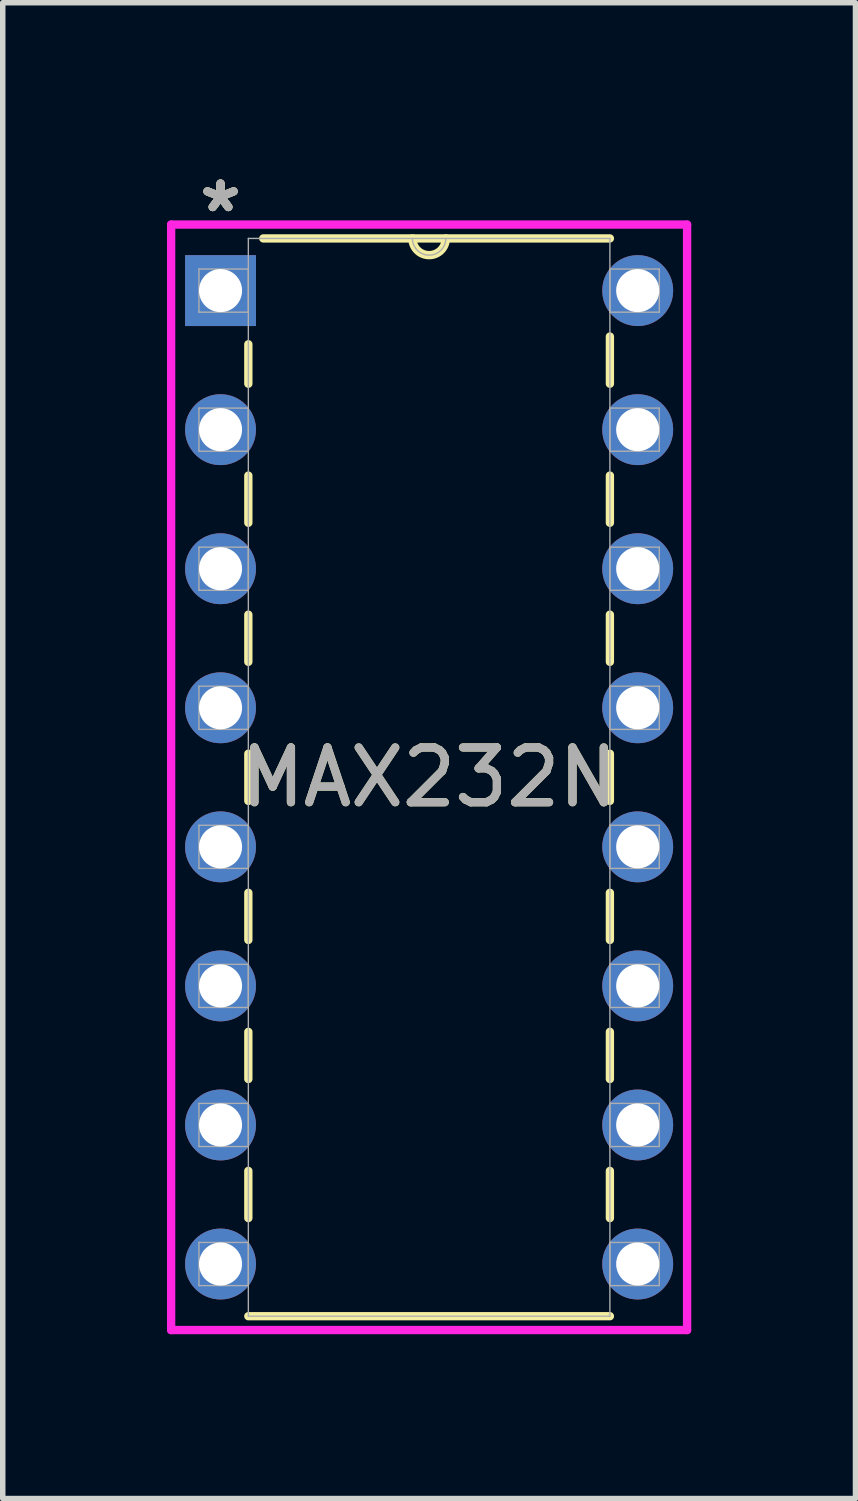
<source format=kicad_pcb>
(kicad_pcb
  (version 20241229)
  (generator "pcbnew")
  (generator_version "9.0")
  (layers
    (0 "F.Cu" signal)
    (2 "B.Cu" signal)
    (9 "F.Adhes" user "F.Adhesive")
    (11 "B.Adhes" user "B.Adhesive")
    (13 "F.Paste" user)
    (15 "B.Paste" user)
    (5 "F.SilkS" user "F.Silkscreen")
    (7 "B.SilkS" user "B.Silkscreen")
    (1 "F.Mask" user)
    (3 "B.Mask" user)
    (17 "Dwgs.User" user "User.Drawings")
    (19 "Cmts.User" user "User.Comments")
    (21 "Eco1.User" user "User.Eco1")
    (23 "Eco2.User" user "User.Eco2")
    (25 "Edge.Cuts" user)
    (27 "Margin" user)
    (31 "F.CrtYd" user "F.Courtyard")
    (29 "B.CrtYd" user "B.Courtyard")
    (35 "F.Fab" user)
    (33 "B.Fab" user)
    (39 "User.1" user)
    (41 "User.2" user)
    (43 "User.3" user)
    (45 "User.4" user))
  (footprint "MAX232N"
    (layer "F.Cu")
    (at 8.598 20.038)
    (property "Reference" "MAX232N" (at -3.81 -8.89 0) (unlocked yes) (layer "F.SilkS") (effects (font (size 1 1) (thickness 0.15))))
    (attr through_hole)
    (fp_line (start -7.112 -16.8) (end -7.112 -16.079) (stroke (width 0.152) (type solid)) (layer "F.SilkS"))
    (fp_line (start -7.112 -14.401) (end -7.112 -13.539) (stroke (width 0.152) (type solid)) (layer "F.SilkS"))
    (fp_line (start -7.112 -11.861) (end -7.112 -10.999) (stroke (width 0.152) (type solid)) (layer "F.SilkS"))
    (fp_line (start -7.112 -9.321) (end -7.112 -8.459) (stroke (width 0.152) (type solid)) (layer "F.SilkS"))
    (fp_line (start -7.112 -6.781) (end -7.112 -5.919) (stroke (width 0.152) (type solid)) (layer "F.SilkS"))
    (fp_line (start -7.112 -4.241) (end -7.112 -3.379) (stroke (width 0.152) (type solid)) (layer "F.SilkS"))
    (fp_line (start -7.112 -1.701) (end -7.112 -0.839) (stroke (width 0.152) (type solid)) (layer "F.SilkS"))
    (fp_line (start -7.112 0.953) (end -0.508 0.953) (stroke (width 0.152) (type solid)) (layer "F.SilkS"))
    (fp_line (start -0.508 -18.733) (end -6.839 -18.733) (stroke (width 0.152) (type solid)) (layer "F.SilkS"))
    (fp_line (start -0.508 -16.079) (end -0.508 -16.941) (stroke (width 0.152) (type solid)) (layer "F.SilkS"))
    (fp_line (start -0.508 -13.539) (end -0.508 -14.401) (stroke (width 0.152) (type solid)) (layer "F.SilkS"))
    (fp_line (start -0.508 -10.999) (end -0.508 -11.861) (stroke (width 0.152) (type solid)) (layer "F.SilkS"))
    (fp_line (start -0.508 -8.459) (end -0.508 -9.321) (stroke (width 0.152) (type solid)) (layer "F.SilkS"))
    (fp_line (start -0.508 -5.919) (end -0.508 -6.781) (stroke (width 0.152) (type solid)) (layer "F.SilkS"))
    (fp_line (start -0.508 -3.379) (end -0.508 -4.241) (stroke (width 0.152) (type solid)) (layer "F.SilkS"))
    (fp_line (start -0.508 -0.839) (end -0.508 -1.701) (stroke (width 0.152) (type solid)) (layer "F.SilkS"))
    (fp_arc (start -3.5052 -18.7325) (mid -3.81 -18.4277) (end -4.1148 -18.7325) (stroke (width 0.1524) (type solid)) (layer "F.SilkS"))
    (fp_line (start -8.522 -18.986) (end -8.522 1.206) (stroke (width 0.152) (type solid)) (layer "F.CrtYd"))
    (fp_line (start -8.522 1.206) (end 0.902 1.206) (stroke (width 0.152) (type solid)) (layer "F.CrtYd"))
    (fp_line (start 0.902 -18.986) (end -8.522 -18.986) (stroke (width 0.152) (type solid)) (layer "F.CrtYd"))
    (fp_line (start 0.902 1.206) (end 0.902 -18.986) (stroke (width 0.152) (type solid)) (layer "F.CrtYd"))
    (fp_line (start -8.014 -18.174) (end -8.014 -17.386) (stroke (width 0.025) (type solid)) (layer "F.Fab"))
    (fp_line (start -8.014 -17.386) (end -7.112 -17.386) (stroke (width 0.025) (type solid)) (layer "F.Fab"))
    (fp_line (start -8.014 -15.634) (end -8.014 -14.846) (stroke (width 0.025) (type solid)) (layer "F.Fab"))
    (fp_line (start -8.014 -14.846) (end -7.112 -14.846) (stroke (width 0.025) (type solid)) (layer "F.Fab"))
    (fp_line (start -8.014 -13.094) (end -8.014 -12.306) (stroke (width 0.025) (type solid)) (layer "F.Fab"))
    (fp_line (start -8.014 -12.306) (end -7.112 -12.306) (stroke (width 0.025) (type solid)) (layer "F.Fab"))
    (fp_line (start -8.014 -10.554) (end -8.014 -9.766) (stroke (width 0.025) (type solid)) (layer "F.Fab"))
    (fp_line (start -8.014 -9.766) (end -7.112 -9.766) (stroke (width 0.025) (type solid)) (layer "F.Fab"))
    (fp_line (start -8.014 -8.014) (end -8.014 -7.226) (stroke (width 0.025) (type solid)) (layer "F.Fab"))
    (fp_line (start -8.014 -7.226) (end -7.112 -7.226) (stroke (width 0.025) (type solid)) (layer "F.Fab"))
    (fp_line (start -8.014 -5.474) (end -8.014 -4.686) (stroke (width 0.025) (type solid)) (layer "F.Fab"))
    (fp_line (start -8.014 -4.686) (end -7.112 -4.686) (stroke (width 0.025) (type solid)) (layer "F.Fab"))
    (fp_line (start -8.014 -2.934) (end -8.014 -2.146) (stroke (width 0.025) (type solid)) (layer "F.Fab"))
    (fp_line (start -8.014 -2.146) (end -7.112 -2.146) (stroke (width 0.025) (type solid)) (layer "F.Fab"))
    (fp_line (start -8.014 -0.394) (end -8.014 0.394) (stroke (width 0.025) (type solid)) (layer "F.Fab"))
    (fp_line (start -8.014 0.394) (end -7.112 0.394) (stroke (width 0.025) (type solid)) (layer "F.Fab"))
    (fp_line (start -7.112 -18.733) (end -7.112 0.953) (stroke (width 0.025) (type solid)) (layer "F.Fab"))
    (fp_line (start -7.112 -18.174) (end -8.014 -18.174) (stroke (width 0.025) (type solid)) (layer "F.Fab"))
    (fp_line (start -7.112 -17.386) (end -7.112 -18.174) (stroke (width 0.025) (type solid)) (layer "F.Fab"))
    (fp_line (start -7.112 -15.634) (end -8.014 -15.634) (stroke (width 0.025) (type solid)) (layer "F.Fab"))
    (fp_line (start -7.112 -14.846) (end -7.112 -15.634) (stroke (width 0.025) (type solid)) (layer "F.Fab"))
    (fp_line (start -7.112 -13.094) (end -8.014 -13.094) (stroke (width 0.025) (type solid)) (layer "F.Fab"))
    (fp_line (start -7.112 -12.306) (end -7.112 -13.094) (stroke (width 0.025) (type solid)) (layer "F.Fab"))
    (fp_line (start -7.112 -10.554) (end -8.014 -10.554) (stroke (width 0.025) (type solid)) (layer "F.Fab"))
    (fp_line (start -7.112 -9.766) (end -7.112 -10.554) (stroke (width 0.025) (type solid)) (layer "F.Fab"))
    (fp_line (start -7.112 -8.014) (end -8.014 -8.014) (stroke (width 0.025) (type solid)) (layer "F.Fab"))
    (fp_line (start -7.112 -7.226) (end -7.112 -8.014) (stroke (width 0.025) (type solid)) (layer "F.Fab"))
    (fp_line (start -7.112 -5.474) (end -8.014 -5.474) (stroke (width 0.025) (type solid)) (layer "F.Fab"))
    (fp_line (start -7.112 -4.686) (end -7.112 -5.474) (stroke (width 0.025) (type solid)) (layer "F.Fab"))
    (fp_line (start -7.112 -2.934) (end -8.014 -2.934) (stroke (width 0.025) (type solid)) (layer "F.Fab"))
    (fp_line (start -7.112 -2.146) (end -7.112 -2.934) (stroke (width 0.025) (type solid)) (layer "F.Fab"))
    (fp_line (start -7.112 -0.394) (end -8.014 -0.394) (stroke (width 0.025) (type solid)) (layer "F.Fab"))
    (fp_line (start -7.112 0.394) (end -7.112 -0.394) (stroke (width 0.025) (type solid)) (layer "F.Fab"))
    (fp_line (start -7.112 0.953) (end -0.508 0.953) (stroke (width 0.025) (type solid)) (layer "F.Fab"))
    (fp_line (start -0.508 -18.733) (end -7.112 -18.733) (stroke (width 0.025) (type solid)) (layer "F.Fab"))
    (fp_line (start -0.508 -18.174) (end -0.508 -17.386) (stroke (width 0.025) (type solid)) (layer "F.Fab"))
    (fp_line (start -0.508 -17.386) (end 0.394 -17.386) (stroke (width 0.025) (type solid)) (layer "F.Fab"))
    (fp_line (start -0.508 -15.634) (end -0.508 -14.846) (stroke (width 0.025) (type solid)) (layer "F.Fab"))
    (fp_line (start -0.508 -14.846) (end 0.394 -14.846) (stroke (width 0.025) (type solid)) (layer "F.Fab"))
    (fp_line (start -0.508 -13.094) (end -0.508 -12.306) (stroke (width 0.025) (type solid)) (layer "F.Fab"))
    (fp_line (start -0.508 -12.306) (end 0.394 -12.306) (stroke (width 0.025) (type solid)) (layer "F.Fab"))
    (fp_line (start -0.508 -10.554) (end -0.508 -9.766) (stroke (width 0.025) (type solid)) (layer "F.Fab"))
    (fp_line (start -0.508 -9.766) (end 0.394 -9.766) (stroke (width 0.025) (type solid)) (layer "F.Fab"))
    (fp_line (start -0.508 -8.014) (end -0.508 -7.226) (stroke (width 0.025) (type solid)) (layer "F.Fab"))
    (fp_line (start -0.508 -7.226) (end 0.394 -7.226) (stroke (width 0.025) (type solid)) (layer "F.Fab"))
    (fp_line (start -0.508 -5.474) (end -0.508 -4.686) (stroke (width 0.025) (type solid)) (layer "F.Fab"))
    (fp_line (start -0.508 -4.686) (end 0.394 -4.686) (stroke (width 0.025) (type solid)) (layer "F.Fab"))
    (fp_line (start -0.508 -2.934) (end -0.508 -2.146) (stroke (width 0.025) (type solid)) (layer "F.Fab"))
    (fp_line (start -0.508 -2.146) (end 0.394 -2.146) (stroke (width 0.025) (type solid)) (layer "F.Fab"))
    (fp_line (start -0.508 -0.394) (end -0.508 0.394) (stroke (width 0.025) (type solid)) (layer "F.Fab"))
    (fp_line (start -0.508 0.394) (end 0.394 0.394) (stroke (width 0.025) (type solid)) (layer "F.Fab"))
    (fp_line (start -0.508 0.953) (end -0.508 -18.733) (stroke (width 0.025) (type solid)) (layer "F.Fab"))
    (fp_line (start 0.394 -18.174) (end -0.508 -18.174) (stroke (width 0.025) (type solid)) (layer "F.Fab"))
    (fp_line (start 0.394 -17.386) (end 0.394 -18.174) (stroke (width 0.025) (type solid)) (layer "F.Fab"))
    (fp_line (start 0.394 -15.634) (end -0.508 -15.634) (stroke (width 0.025) (type solid)) (layer "F.Fab"))
    (fp_line (start 0.394 -14.846) (end 0.394 -15.634) (stroke (width 0.025) (type solid)) (layer "F.Fab"))
    (fp_line (start 0.394 -13.094) (end -0.508 -13.094) (stroke (width 0.025) (type solid)) (layer "F.Fab"))
    (fp_line (start 0.394 -12.306) (end 0.394 -13.094) (stroke (width 0.025) (type solid)) (layer "F.Fab"))
    (fp_line (start 0.394 -10.554) (end -0.508 -10.554) (stroke (width 0.025) (type solid)) (layer "F.Fab"))
    (fp_line (start 0.394 -9.766) (end 0.394 -10.554) (stroke (width 0.025) (type solid)) (layer "F.Fab"))
    (fp_line (start 0.394 -8.014) (end -0.508 -8.014) (stroke (width 0.025) (type solid)) (layer "F.Fab"))
    (fp_line (start 0.394 -7.226) (end 0.394 -8.014) (stroke (width 0.025) (type solid)) (layer "F.Fab"))
    (fp_line (start 0.394 -5.474) (end -0.508 -5.474) (stroke (width 0.025) (type solid)) (layer "F.Fab"))
    (fp_line (start 0.394 -4.686) (end 0.394 -5.474) (stroke (width 0.025) (type solid)) (layer "F.Fab"))
    (fp_line (start 0.394 -2.934) (end -0.508 -2.934) (stroke (width 0.025) (type solid)) (layer "F.Fab"))
    (fp_line (start 0.394 -2.146) (end 0.394 -2.934) (stroke (width 0.025) (type solid)) (layer "F.Fab"))
    (fp_line (start 0.394 -0.394) (end -0.508 -0.394) (stroke (width 0.025) (type solid)) (layer "F.Fab"))
    (fp_line (start 0.394 0.394) (end 0.394 -0.394) (stroke (width 0.025) (type solid)) (layer "F.Fab"))
    (fp_arc (start -3.5052 -18.7325) (mid -3.81 -18.4277) (end -4.1148 -18.7325) (stroke (width 0.0254) (type solid)) (layer "F.Fab"))
    (fp_text user "*" (at -7.62 -19.19 0) (unlocked yes) (layer "F.SilkS") (effects (font (size 1 1) (thickness 0.15))))
    (fp_text user "*" (at -7.62 -19.19 0) (layer "F.SilkS") (effects (font (size 1 1) (thickness 0.15))))
    (fp_text user "*" (at -7.62 -19.19 0) (unlocked yes) (layer "F.Fab") (effects (font (size 1 1) (thickness 0.15))))
    (fp_text user "${REFERENCE}" (at -3.81 -8.89 0) (unlocked yes) (layer "F.Fab") (effects (font (size 1 1) (thickness 0.15))))
    (fp_text user "*" (at -7.62 -19.19 0) (layer "F.Fab") (effects (font (size 1 1) (thickness 0.15))))
    (pad "1" thru_hole rect (at -7.62 -17.78) (size 1.295 1.295) (drill 0.787) (layers "*.Cu" "*.Mask"))
    (pad "2" thru_hole circle (at -7.62 -15.24) (size 1.295 1.295) (drill 0.787) (layers "*.Cu" "*.Mask"))
    (pad "3" thru_hole circle (at -7.62 -12.7) (size 1.295 1.295) (drill 0.787) (layers "*.Cu" "*.Mask"))
    (pad "4" thru_hole circle (at -7.62 -10.16) (size 1.295 1.295) (drill 0.787) (layers "*.Cu" "*.Mask"))
    (pad "5" thru_hole circle (at -7.62 -7.62) (size 1.295 1.295) (drill 0.787) (layers "*.Cu" "*.Mask"))
    (pad "6" thru_hole circle (at -7.62 -5.08) (size 1.295 1.295) (drill 0.787) (layers "*.Cu" "*.Mask"))
    (pad "7" thru_hole circle (at -7.62 -2.54) (size 1.295 1.295) (drill 0.787) (layers "*.Cu" "*.Mask"))
    (pad "8" thru_hole circle (at -7.62 0) (size 1.295 1.295) (drill 0.787) (layers "*.Cu" "*.Mask"))
    (pad "9" thru_hole circle (at 0 0) (size 1.295 1.295) (drill 0.787) (layers "*.Cu" "*.Mask"))
    (pad "10" thru_hole circle (at 0 -2.54) (size 1.295 1.295) (drill 0.787) (layers "*.Cu" "*.Mask"))
    (pad "11" thru_hole circle (at 0 -5.08) (size 1.295 1.295) (drill 0.787) (layers "*.Cu" "*.Mask"))
    (pad "12" thru_hole circle (at 0 -7.62) (size 1.295 1.295) (drill 0.787) (layers "*.Cu" "*.Mask"))
    (pad "13" thru_hole circle (at 0 -10.16) (size 1.295 1.295) (drill 0.787) (layers "*.Cu" "*.Mask"))
    (pad "14" thru_hole circle (at 0 -12.7) (size 1.295 1.295) (drill 0.787) (layers "*.Cu" "*.Mask"))
    (pad "15" thru_hole circle (at 0 -15.24) (size 1.295 1.295) (drill 0.787) (layers "*.Cu" "*.Mask"))
    (pad "16" thru_hole circle (at 0 -17.78) (size 1.295 1.295) (drill 0.787) (layers "*.Cu" "*.Mask")))
  (gr_rect
    (start -3 -3)
    (end 12.576 24.321)
    (stroke (width 0.1) (type default))
    (fill no)
    (layer "Edge.Cuts")))
</source>
